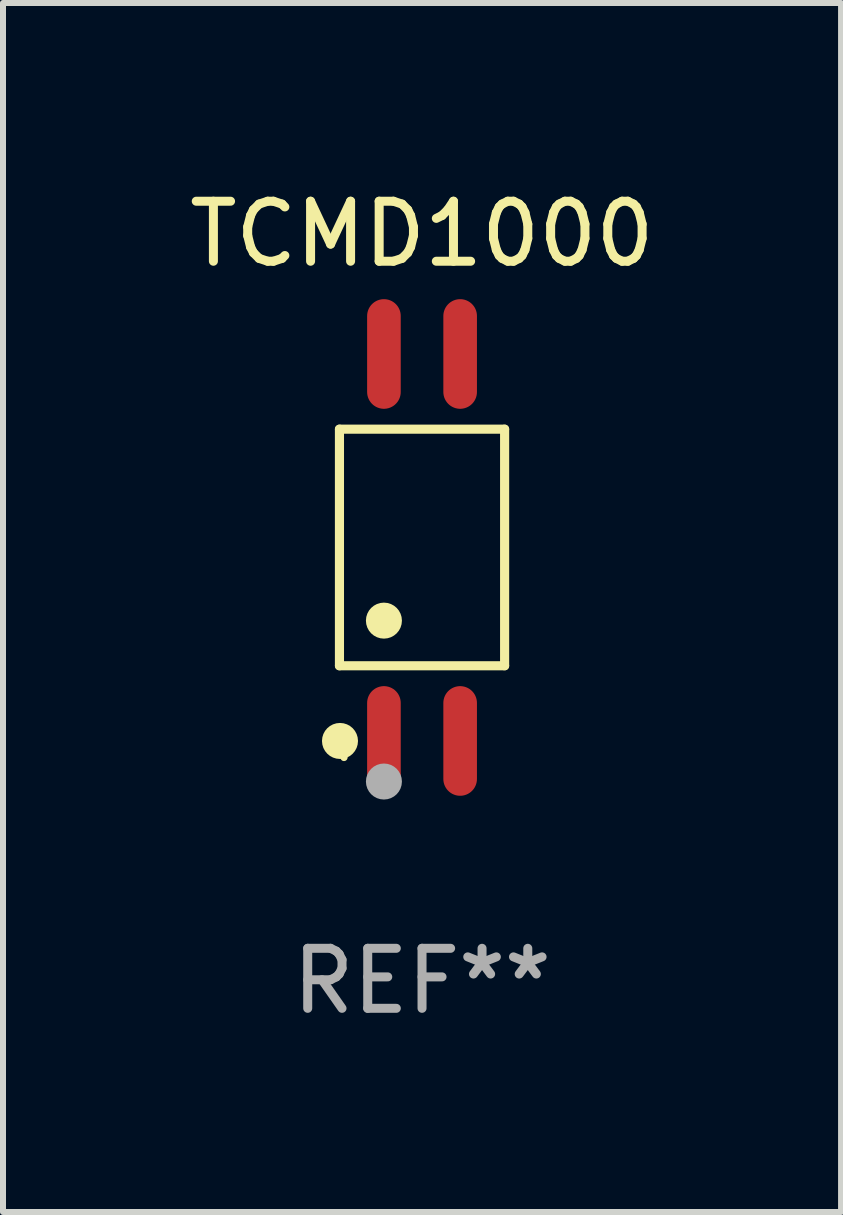
<source format=kicad_pcb>
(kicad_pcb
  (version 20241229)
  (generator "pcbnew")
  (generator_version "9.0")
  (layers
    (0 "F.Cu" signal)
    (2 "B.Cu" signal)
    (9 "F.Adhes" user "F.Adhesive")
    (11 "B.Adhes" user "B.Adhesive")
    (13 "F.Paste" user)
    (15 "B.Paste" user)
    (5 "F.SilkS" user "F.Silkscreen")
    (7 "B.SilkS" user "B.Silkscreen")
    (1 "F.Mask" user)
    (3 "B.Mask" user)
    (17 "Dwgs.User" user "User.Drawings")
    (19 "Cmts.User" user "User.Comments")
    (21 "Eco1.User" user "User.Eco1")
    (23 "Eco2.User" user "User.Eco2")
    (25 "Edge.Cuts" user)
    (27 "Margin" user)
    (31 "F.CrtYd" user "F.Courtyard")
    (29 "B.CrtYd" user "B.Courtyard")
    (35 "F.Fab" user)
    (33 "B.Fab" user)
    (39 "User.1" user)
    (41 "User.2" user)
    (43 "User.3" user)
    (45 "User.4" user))
  (footprint "TCMD1000"
    (layer "F.Cu")
    (at 3.982 6.072)
    (property "Reference" "TCMD1000" (at 0 -5.224 0) (layer "F.SilkS") (effects (font (size 1 1) (thickness 0.15))))
    (attr through_hole)
    (fp_line (start -1.376 -1.971) (end 1.376 -1.971) (stroke (width 0.152) (type solid)) (layer "F.SilkS"))
    (fp_line (start -1.376 1.971) (end -1.376 -1.971) (stroke (width 0.152) (type solid)) (layer "F.SilkS"))
    (fp_line (start 1.376 -1.971) (end 1.376 1.971) (stroke (width 0.152) (type solid)) (layer "F.SilkS"))
    (fp_line (start 1.376 1.971) (end -1.376 1.971) (stroke (width 0.152) (type solid)) (layer "F.SilkS"))
    (fp_circle (center -1.367 3.224) (end -1.217 3.224) (stroke (width 0.3) (type solid)) (fill no) (layer "F.SilkS"))
    (fp_circle (center -1.3 3.5) (end -1.27 3.5) (stroke (width 0.06) (type solid)) (fill no) (layer "F.SilkS"))
    (fp_circle (center -0.635 1.219) (end -0.485 1.219) (stroke (width 0.3) (type solid)) (fill no) (layer "F.SilkS"))
    (fp_circle (center -0.635 3.9) (end -0.485 3.9) (stroke (width 0.3) (type solid)) (fill no) (layer "F.Fab"))
    (fp_text user "REF**" (at 0 7.224 0) (layer "F.Fab") (effects (font (size 1 1) (thickness 0.15))))
    (pad "1" smd oval (at -0.635 3.224) (size 0.56 1.827) (layers "F.Cu" "F.Mask" "F.Paste"))
    (pad "2" smd oval (at 0.635 3.224) (size 0.56 1.827) (layers "F.Cu" "F.Mask" "F.Paste"))
    (pad "3" smd oval (at 0.635 -3.224) (size 0.56 1.827) (layers "F.Cu" "F.Mask" "F.Paste"))
    (pad "4" smd oval (at -0.635 -3.224) (size 0.56 1.827) (layers "F.Cu" "F.Mask" "F.Paste")))
  (gr_rect
    (start -3 -3)
    (end 10.964 17.144)
    (stroke (width 0.1) (type default))
    (fill no)
    (layer "Edge.Cuts")))
</source>
